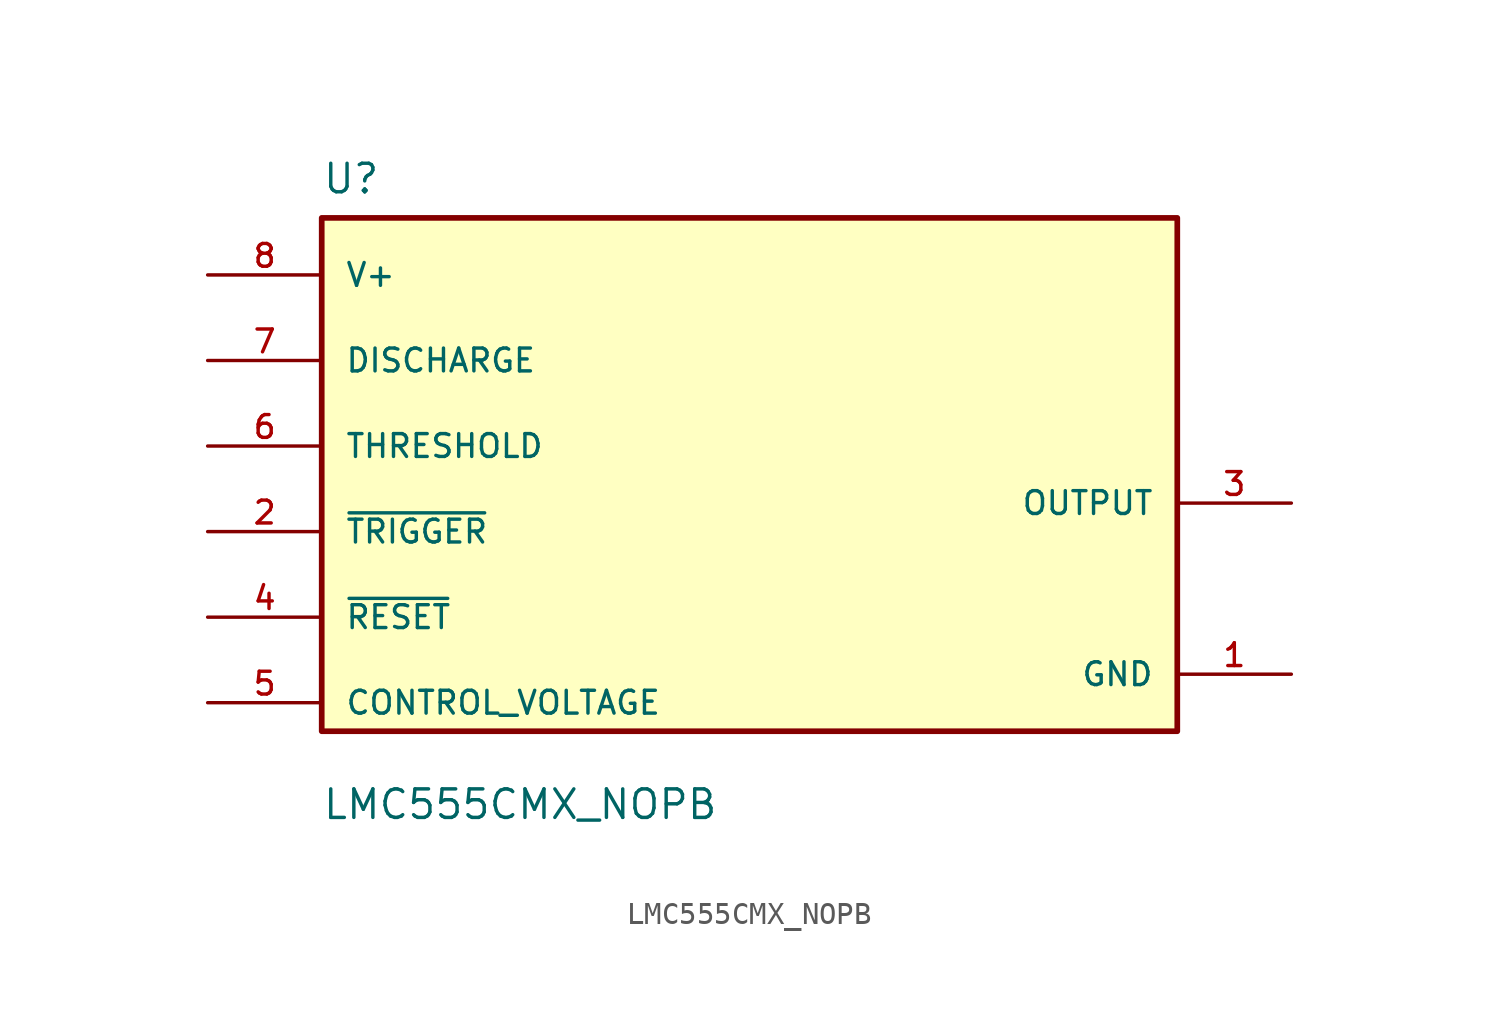
<source format=kicad_sym>
(kicad_symbol_lib
  (version 20241209)
  (generator "kicad_symbol_editor")
  (generator_version "9.0")
  (symbol "LMC555CMX_NOPB"
    (pin_names
      (offset 1.016))
    (property "Reference" "U"
      (at -17.78 13.7 0)
      (effects (font (size 1.27 1.27)) (justify left bottom)))
    (property "Value" "LMC555CMX_NOPB"
      (at -17.78 -14.16 0)
      (effects (font (size 1.27 1.27)) (justify left bottom)))
    (symbol "LMC555CMX_NOPB_0_0"
      (rectangle (start -17.78 -10.16) (end 20.32 12.7) (stroke (width 0.254) (type default)) (fill (type background)))
      (pin power_in line (at -22.86 10.16 0) (length 5.08) (name "V+" (effects (font (size 1.016 1.016)))) (number "8" (effects (font (size 1.016 1.016)))))
      (pin input line (at -22.86 6.35 0) (length 5.08) (name "DISCHARGE" (effects (font (size 1.016 1.016)))) (number "7" (effects (font (size 1.016 1.016)))))
      (pin input line (at -22.86 2.54 0) (length 5.08) (name "THRESHOLD" (effects (font (size 1.016 1.016)))) (number "6" (effects (font (size 1.016 1.016)))))
      (pin input line (at -22.86 -1.27 0) (length 5.08) (name "~{TRIGGER}" (effects (font (size 1.016 1.016)))) (number "2" (effects (font (size 1.016 1.016)))))
      (pin input line (at -22.86 -8.89 0) (length 5.08) (name "CONTROL_VOLTAGE" (effects (font (size 1.016 1.016)))) (number "5" (effects (font (size 1.016 1.016)))))
      (pin output line (at 25.4 0 180) (length 5.08) (name "OUTPUT" (effects (font (size 1.016 1.016)))) (number "3" (effects (font (size 1.016 1.016)))))
      (pin power_in line (at 25.4 -7.62 180) (length 5.08) (name "GND" (effects (font (size 1.016 1.016)))) (number "1" (effects (font (size 1.016 1.016))))))
    (symbol "LMC555CMX_NOPB_1_0"
      (pin input line (at -22.86 -5.08 0) (length 5.08) (name "~{RESET}" (effects (font (size 1.016 1.016)))) (number "4" (effects (font (size 1.016 1.016))))))))
</source>
